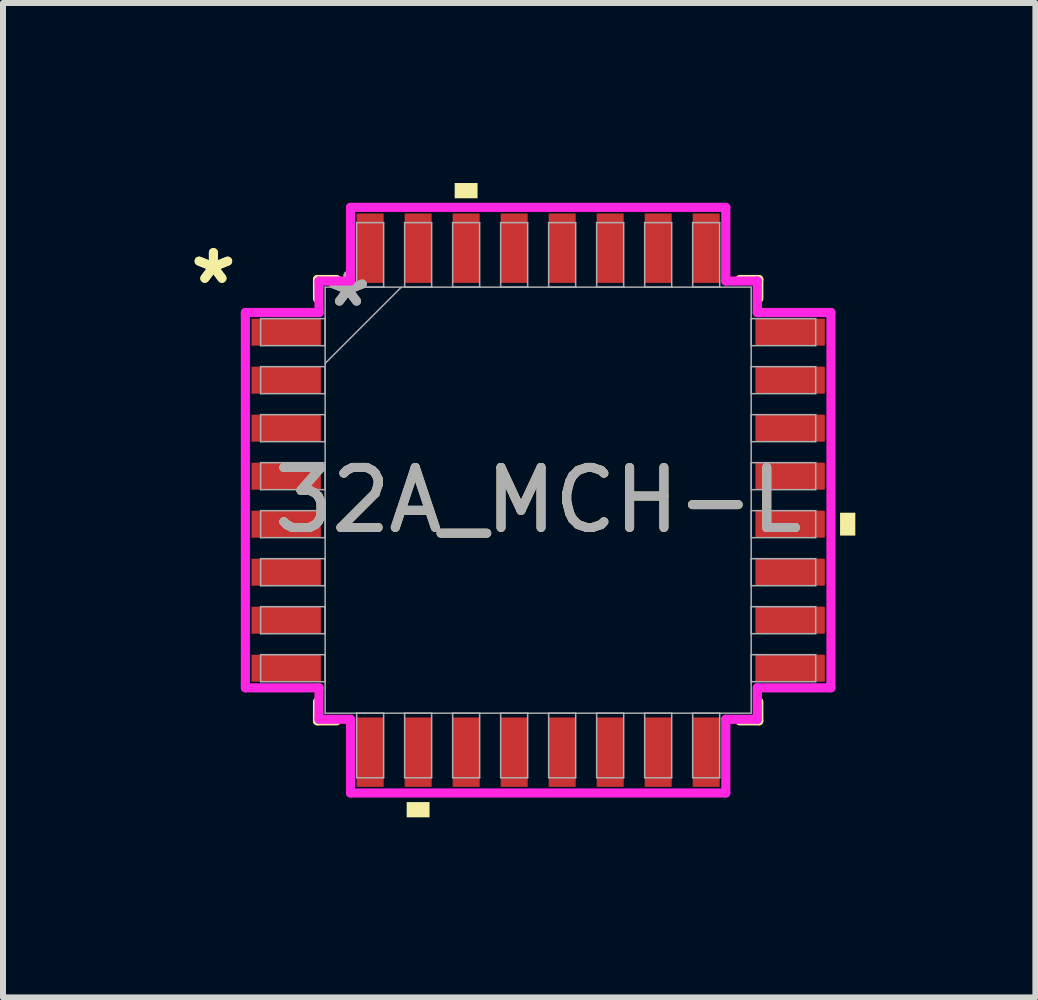
<source format=kicad_pcb>
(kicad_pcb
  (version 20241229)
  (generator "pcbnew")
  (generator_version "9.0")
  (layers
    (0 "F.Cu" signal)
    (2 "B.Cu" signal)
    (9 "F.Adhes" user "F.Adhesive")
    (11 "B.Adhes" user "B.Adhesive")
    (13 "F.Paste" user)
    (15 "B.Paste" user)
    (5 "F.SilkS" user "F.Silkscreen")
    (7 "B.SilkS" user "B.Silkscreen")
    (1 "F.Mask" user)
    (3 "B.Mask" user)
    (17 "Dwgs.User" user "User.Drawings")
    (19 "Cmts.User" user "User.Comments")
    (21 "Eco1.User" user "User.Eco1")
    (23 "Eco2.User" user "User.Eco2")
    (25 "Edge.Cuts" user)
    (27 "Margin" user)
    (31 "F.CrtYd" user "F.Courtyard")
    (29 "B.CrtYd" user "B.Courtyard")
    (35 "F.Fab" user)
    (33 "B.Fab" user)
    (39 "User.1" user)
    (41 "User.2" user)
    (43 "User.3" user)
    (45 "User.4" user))
  (footprint "32A_MCH-L"
    (layer "F.Cu")
    (at 5.918 5.285)
    (property "Reference" "32A_MCH-L" (at 0 0 0) (unlocked yes) (layer "F.SilkS") (effects (font (size 1 1) (thickness 0.15))))
    (attr smd)
    (fp_line (start -3.677 -3.677) (end -3.677 -3.358) (stroke (width 0.152) (type solid)) (layer "F.SilkS"))
    (fp_line (start -3.677 3.358) (end -3.677 3.677) (stroke (width 0.152) (type solid)) (layer "F.SilkS"))
    (fp_line (start -3.677 3.677) (end -3.358 3.677) (stroke (width 0.152) (type solid)) (layer "F.SilkS"))
    (fp_line (start -3.358 -3.677) (end -3.677 -3.677) (stroke (width 0.152) (type solid)) (layer "F.SilkS"))
    (fp_line (start 3.358 3.677) (end 3.677 3.677) (stroke (width 0.152) (type solid)) (layer "F.SilkS"))
    (fp_line (start 3.677 -3.677) (end 3.358 -3.677) (stroke (width 0.152) (type solid)) (layer "F.SilkS"))
    (fp_line (start 3.677 -3.358) (end 3.677 -3.677) (stroke (width 0.152) (type solid)) (layer "F.SilkS"))
    (fp_line (start 3.677 3.677) (end 3.677 3.358) (stroke (width 0.152) (type solid)) (layer "F.SilkS"))
    (fp_poly (pts (xy -2.191 5.031) (xy -2.191 5.285) (xy -1.81 5.285) (xy -1.81 5.031)) (stroke (width 0) (type solid)) (fill yes) (layer "F.SilkS"))
    (fp_poly (pts (xy -1.391 -5.031) (xy -1.391 -5.285) (xy -1.01 -5.285) (xy -1.01 -5.031)) (stroke (width 0) (type solid)) (fill yes) (layer "F.SilkS"))
    (fp_poly (pts (xy 5.285 0.209) (xy 5.285 0.59) (xy 5.031 0.59) (xy 5.031 0.209)) (stroke (width 0) (type solid)) (fill yes) (layer "F.SilkS"))
    (fp_line (start -4.879 -3.127) (end -3.652 -3.127) (stroke (width 0.152) (type solid)) (layer "F.CrtYd"))
    (fp_line (start -4.879 3.127) (end -4.879 -3.127) (stroke (width 0.152) (type solid)) (layer "F.CrtYd"))
    (fp_line (start -3.652 -3.652) (end -3.127 -3.652) (stroke (width 0.152) (type solid)) (layer "F.CrtYd"))
    (fp_line (start -3.652 -3.127) (end -3.652 -3.652) (stroke (width 0.152) (type solid)) (layer "F.CrtYd"))
    (fp_line (start -3.652 3.127) (end -4.879 3.127) (stroke (width 0.152) (type solid)) (layer "F.CrtYd"))
    (fp_line (start -3.652 3.652) (end -3.652 3.127) (stroke (width 0.152) (type solid)) (layer "F.CrtYd"))
    (fp_line (start -3.652 3.652) (end -3.127 3.652) (stroke (width 0.152) (type solid)) (layer "F.CrtYd"))
    (fp_line (start -3.127 -4.879) (end 3.127 -4.879) (stroke (width 0.152) (type solid)) (layer "F.CrtYd"))
    (fp_line (start -3.127 -3.652) (end -3.127 -4.879) (stroke (width 0.152) (type solid)) (layer "F.CrtYd"))
    (fp_line (start -3.127 3.652) (end -3.127 4.879) (stroke (width 0.152) (type solid)) (layer "F.CrtYd"))
    (fp_line (start -3.127 4.879) (end 3.127 4.879) (stroke (width 0.152) (type solid)) (layer "F.CrtYd"))
    (fp_line (start 3.127 -4.879) (end 3.127 -3.652) (stroke (width 0.152) (type solid)) (layer "F.CrtYd"))
    (fp_line (start 3.127 -3.652) (end 3.652 -3.652) (stroke (width 0.152) (type solid)) (layer "F.CrtYd"))
    (fp_line (start 3.127 3.652) (end 3.652 3.652) (stroke (width 0.152) (type solid)) (layer "F.CrtYd"))
    (fp_line (start 3.127 4.879) (end 3.127 3.652) (stroke (width 0.152) (type solid)) (layer "F.CrtYd"))
    (fp_line (start 3.652 -3.127) (end 3.652 -3.652) (stroke (width 0.152) (type solid)) (layer "F.CrtYd"))
    (fp_line (start 3.652 3.127) (end 4.879 3.127) (stroke (width 0.152) (type solid)) (layer "F.CrtYd"))
    (fp_line (start 3.652 3.652) (end 3.652 3.127) (stroke (width 0.152) (type solid)) (layer "F.CrtYd"))
    (fp_line (start 4.879 -3.127) (end 3.652 -3.127) (stroke (width 0.152) (type solid)) (layer "F.CrtYd"))
    (fp_line (start 4.879 3.127) (end 4.879 -3.127) (stroke (width 0.152) (type solid)) (layer "F.CrtYd"))
    (fp_line (start -4.625 -3.025) (end -4.625 -2.575) (stroke (width 0.025) (type solid)) (layer "F.Fab"))
    (fp_line (start -4.625 -2.575) (end -3.55 -2.575) (stroke (width 0.025) (type solid)) (layer "F.Fab"))
    (fp_line (start -4.625 -2.225) (end -4.625 -1.775) (stroke (width 0.025) (type solid)) (layer "F.Fab"))
    (fp_line (start -4.625 -1.775) (end -3.55 -1.775) (stroke (width 0.025) (type solid)) (layer "F.Fab"))
    (fp_line (start -4.625 -1.425) (end -4.625 -0.975) (stroke (width 0.025) (type solid)) (layer "F.Fab"))
    (fp_line (start -4.625 -0.975) (end -3.55 -0.975) (stroke (width 0.025) (type solid)) (layer "F.Fab"))
    (fp_line (start -4.625 -0.625) (end -4.625 -0.175) (stroke (width 0.025) (type solid)) (layer "F.Fab"))
    (fp_line (start -4.625 -0.175) (end -3.55 -0.175) (stroke (width 0.025) (type solid)) (layer "F.Fab"))
    (fp_line (start -4.625 0.175) (end -4.625 0.625) (stroke (width 0.025) (type solid)) (layer "F.Fab"))
    (fp_line (start -4.625 0.625) (end -3.55 0.625) (stroke (width 0.025) (type solid)) (layer "F.Fab"))
    (fp_line (start -4.625 0.975) (end -4.625 1.425) (stroke (width 0.025) (type solid)) (layer "F.Fab"))
    (fp_line (start -4.625 1.425) (end -3.55 1.425) (stroke (width 0.025) (type solid)) (layer "F.Fab"))
    (fp_line (start -4.625 1.775) (end -4.625 2.225) (stroke (width 0.025) (type solid)) (layer "F.Fab"))
    (fp_line (start -4.625 2.225) (end -3.55 2.225) (stroke (width 0.025) (type solid)) (layer "F.Fab"))
    (fp_line (start -4.625 2.575) (end -4.625 3.025) (stroke (width 0.025) (type solid)) (layer "F.Fab"))
    (fp_line (start -4.625 3.025) (end -3.55 3.025) (stroke (width 0.025) (type solid)) (layer "F.Fab"))
    (fp_line (start -3.55 -3.55) (end -3.55 3.55) (stroke (width 0.025) (type solid)) (layer "F.Fab"))
    (fp_line (start -3.55 -3.025) (end -4.625 -3.025) (stroke (width 0.025) (type solid)) (layer "F.Fab"))
    (fp_line (start -3.55 -2.575) (end -3.55 -3.025) (stroke (width 0.025) (type solid)) (layer "F.Fab"))
    (fp_line (start -3.55 -2.28) (end -2.28 -3.55) (stroke (width 0.025) (type solid)) (layer "F.Fab"))
    (fp_line (start -3.55 -2.225) (end -4.625 -2.225) (stroke (width 0.025) (type solid)) (layer "F.Fab"))
    (fp_line (start -3.55 -1.775) (end -3.55 -2.225) (stroke (width 0.025) (type solid)) (layer "F.Fab"))
    (fp_line (start -3.55 -1.425) (end -4.625 -1.425) (stroke (width 0.025) (type solid)) (layer "F.Fab"))
    (fp_line (start -3.55 -0.975) (end -3.55 -1.425) (stroke (width 0.025) (type solid)) (layer "F.Fab"))
    (fp_line (start -3.55 -0.625) (end -4.625 -0.625) (stroke (width 0.025) (type solid)) (layer "F.Fab"))
    (fp_line (start -3.55 -0.175) (end -3.55 -0.625) (stroke (width 0.025) (type solid)) (layer "F.Fab"))
    (fp_line (start -3.55 0.175) (end -4.625 0.175) (stroke (width 0.025) (type solid)) (layer "F.Fab"))
    (fp_line (start -3.55 0.625) (end -3.55 0.175) (stroke (width 0.025) (type solid)) (layer "F.Fab"))
    (fp_line (start -3.55 0.975) (end -4.625 0.975) (stroke (width 0.025) (type solid)) (layer "F.Fab"))
    (fp_line (start -3.55 1.425) (end -3.55 0.975) (stroke (width 0.025) (type solid)) (layer "F.Fab"))
    (fp_line (start -3.55 1.775) (end -4.625 1.775) (stroke (width 0.025) (type solid)) (layer "F.Fab"))
    (fp_line (start -3.55 2.225) (end -3.55 1.775) (stroke (width 0.025) (type solid)) (layer "F.Fab"))
    (fp_line (start -3.55 2.575) (end -4.625 2.575) (stroke (width 0.025) (type solid)) (layer "F.Fab"))
    (fp_line (start -3.55 3.025) (end -3.55 2.575) (stroke (width 0.025) (type solid)) (layer "F.Fab"))
    (fp_line (start -3.55 3.55) (end 3.55 3.55) (stroke (width 0.025) (type solid)) (layer "F.Fab"))
    (fp_line (start -3.025 -4.625) (end -3.025 -3.55) (stroke (width 0.025) (type solid)) (layer "F.Fab"))
    (fp_line (start -3.025 -3.55) (end -2.575 -3.55) (stroke (width 0.025) (type solid)) (layer "F.Fab"))
    (fp_line (start -3.025 3.55) (end -3.025 4.625) (stroke (width 0.025) (type solid)) (layer "F.Fab"))
    (fp_line (start -3.025 4.625) (end -2.575 4.625) (stroke (width 0.025) (type solid)) (layer "F.Fab"))
    (fp_line (start -2.575 3.55) (end -3.025 3.55) (stroke (width 0.025) (type solid)) (layer "F.Fab"))
    (fp_line (start -2.575 4.625) (end -2.575 3.55) (stroke (width 0.025) (type solid)) (layer "F.Fab"))
    (fp_line (start -2.575 -4.625) (end -3.025 -4.625) (stroke (width 0.025) (type solid)) (layer "F.Fab"))
    (fp_line (start -2.575 -3.55) (end -2.575 -4.625) (stroke (width 0.025) (type solid)) (layer "F.Fab"))
    (fp_line (start -2.225 -4.625) (end -2.225 -3.55) (stroke (width 0.025) (type solid)) (layer "F.Fab"))
    (fp_line (start -2.225 -3.55) (end -1.775 -3.55) (stroke (width 0.025) (type solid)) (layer "F.Fab"))
    (fp_line (start -2.225 3.55) (end -2.225 4.625) (stroke (width 0.025) (type solid)) (layer "F.Fab"))
    (fp_line (start -2.225 4.625) (end -1.775 4.625) (stroke (width 0.025) (type solid)) (layer "F.Fab"))
    (fp_line (start -1.775 -4.625) (end -2.225 -4.625) (stroke (width 0.025) (type solid)) (layer "F.Fab"))
    (fp_line (start -1.775 -3.55) (end -1.775 -4.625) (stroke (width 0.025) (type solid)) (layer "F.Fab"))
    (fp_line (start -1.775 3.55) (end -2.225 3.55) (stroke (width 0.025) (type solid)) (layer "F.Fab"))
    (fp_line (start -1.775 4.625) (end -1.775 3.55) (stroke (width 0.025) (type solid)) (layer "F.Fab"))
    (fp_line (start -1.425 -4.625) (end -1.425 -3.55) (stroke (width 0.025) (type solid)) (layer "F.Fab"))
    (fp_line (start -1.425 -3.55) (end -0.975 -3.55) (stroke (width 0.025) (type solid)) (layer "F.Fab"))
    (fp_line (start -1.425 3.55) (end -1.425 4.625) (stroke (width 0.025) (type solid)) (layer "F.Fab"))
    (fp_line (start -1.425 4.625) (end -0.975 4.625) (stroke (width 0.025) (type solid)) (layer "F.Fab"))
    (fp_line (start -0.975 -4.625) (end -1.425 -4.625) (stroke (width 0.025) (type solid)) (layer "F.Fab"))
    (fp_line (start -0.975 -3.55) (end -0.975 -4.625) (stroke (width 0.025) (type solid)) (layer "F.Fab"))
    (fp_line (start -0.975 3.55) (end -1.425 3.55) (stroke (width 0.025) (type solid)) (layer "F.Fab"))
    (fp_line (start -0.975 4.625) (end -0.975 3.55) (stroke (width 0.025) (type solid)) (layer "F.Fab"))
    (fp_line (start -0.625 -4.625) (end -0.625 -3.55) (stroke (width 0.025) (type solid)) (layer "F.Fab"))
    (fp_line (start -0.625 -3.55) (end -0.175 -3.55) (stroke (width 0.025) (type solid)) (layer "F.Fab"))
    (fp_line (start -0.625 3.55) (end -0.625 4.625) (stroke (width 0.025) (type solid)) (layer "F.Fab"))
    (fp_line (start -0.625 4.625) (end -0.175 4.625) (stroke (width 0.025) (type solid)) (layer "F.Fab"))
    (fp_line (start -0.175 -4.625) (end -0.625 -4.625) (stroke (width 0.025) (type solid)) (layer "F.Fab"))
    (fp_line (start -0.175 -3.55) (end -0.175 -4.625) (stroke (width 0.025) (type solid)) (layer "F.Fab"))
    (fp_line (start -0.175 3.55) (end -0.625 3.55) (stroke (width 0.025) (type solid)) (layer "F.Fab"))
    (fp_line (start -0.175 4.625) (end -0.175 3.55) (stroke (width 0.025) (type solid)) (layer "F.Fab"))
    (fp_line (start 0.175 -4.625) (end 0.175 -3.55) (stroke (width 0.025) (type solid)) (layer "F.Fab"))
    (fp_line (start 0.175 -3.55) (end 0.625 -3.55) (stroke (width 0.025) (type solid)) (layer "F.Fab"))
    (fp_line (start 0.175 3.55) (end 0.175 4.625) (stroke (width 0.025) (type solid)) (layer "F.Fab"))
    (fp_line (start 0.175 4.625) (end 0.625 4.625) (stroke (width 0.025) (type solid)) (layer "F.Fab"))
    (fp_line (start 0.625 -4.625) (end 0.175 -4.625) (stroke (width 0.025) (type solid)) (layer "F.Fab"))
    (fp_line (start 0.625 -3.55) (end 0.625 -4.625) (stroke (width 0.025) (type solid)) (layer "F.Fab"))
    (fp_line (start 0.625 3.55) (end 0.175 3.55) (stroke (width 0.025) (type solid)) (layer "F.Fab"))
    (fp_line (start 0.625 4.625) (end 0.625 3.55) (stroke (width 0.025) (type solid)) (layer "F.Fab"))
    (fp_line (start 0.975 -4.625) (end 0.975 -3.55) (stroke (width 0.025) (type solid)) (layer "F.Fab"))
    (fp_line (start 0.975 -3.55) (end 1.425 -3.55) (stroke (width 0.025) (type solid)) (layer "F.Fab"))
    (fp_line (start 0.975 3.55) (end 0.975 4.625) (stroke (width 0.025) (type solid)) (layer "F.Fab"))
    (fp_line (start 0.975 4.625) (end 1.425 4.625) (stroke (width 0.025) (type solid)) (layer "F.Fab"))
    (fp_line (start 1.425 -4.625) (end 0.975 -4.625) (stroke (width 0.025) (type solid)) (layer "F.Fab"))
    (fp_line (start 1.425 -3.55) (end 1.425 -4.625) (stroke (width 0.025) (type solid)) (layer "F.Fab"))
    (fp_line (start 1.425 3.55) (end 0.975 3.55) (stroke (width 0.025) (type solid)) (layer "F.Fab"))
    (fp_line (start 1.425 4.625) (end 1.425 3.55) (stroke (width 0.025) (type solid)) (layer "F.Fab"))
    (fp_line (start 1.775 -4.625) (end 1.775 -3.55) (stroke (width 0.025) (type solid)) (layer "F.Fab"))
    (fp_line (start 1.775 -3.55) (end 2.225 -3.55) (stroke (width 0.025) (type solid)) (layer "F.Fab"))
    (fp_line (start 1.775 3.55) (end 1.775 4.625) (stroke (width 0.025) (type solid)) (layer "F.Fab"))
    (fp_line (start 1.775 4.625) (end 2.225 4.625) (stroke (width 0.025) (type solid)) (layer "F.Fab"))
    (fp_line (start 2.225 -4.625) (end 1.775 -4.625) (stroke (width 0.025) (type solid)) (layer "F.Fab"))
    (fp_line (start 2.225 -3.55) (end 2.225 -4.625) (stroke (width 0.025) (type solid)) (layer "F.Fab"))
    (fp_line (start 2.225 3.55) (end 1.775 3.55) (stroke (width 0.025) (type solid)) (layer "F.Fab"))
    (fp_line (start 2.225 4.625) (end 2.225 3.55) (stroke (width 0.025) (type solid)) (layer "F.Fab"))
    (fp_line (start 2.575 3.55) (end 2.575 4.625) (stroke (width 0.025) (type solid)) (layer "F.Fab"))
    (fp_line (start 2.575 4.625) (end 3.025 4.625) (stroke (width 0.025) (type solid)) (layer "F.Fab"))
    (fp_line (start 2.575 -4.625) (end 2.575 -3.55) (stroke (width 0.025) (type solid)) (layer "F.Fab"))
    (fp_line (start 2.575 -3.55) (end 3.025 -3.55) (stroke (width 0.025) (type solid)) (layer "F.Fab"))
    (fp_line (start 3.025 -4.625) (end 2.575 -4.625) (stroke (width 0.025) (type solid)) (layer "F.Fab"))
    (fp_line (start 3.025 -3.55) (end 3.025 -4.625) (stroke (width 0.025) (type solid)) (layer "F.Fab"))
    (fp_line (start 3.025 3.55) (end 2.575 3.55) (stroke (width 0.025) (type solid)) (layer "F.Fab"))
    (fp_line (start 3.025 4.625) (end 3.025 3.55) (stroke (width 0.025) (type solid)) (layer "F.Fab"))
    (fp_line (start 3.55 -3.55) (end -3.55 -3.55) (stroke (width 0.025) (type solid)) (layer "F.Fab"))
    (fp_line (start 3.55 -3.025) (end 3.55 -2.575) (stroke (width 0.025) (type solid)) (layer "F.Fab"))
    (fp_line (start 3.55 -2.575) (end 4.625 -2.575) (stroke (width 0.025) (type solid)) (layer "F.Fab"))
    (fp_line (start 3.55 -2.225) (end 3.55 -1.775) (stroke (width 0.025) (type solid)) (layer "F.Fab"))
    (fp_line (start 3.55 -1.775) (end 4.625 -1.775) (stroke (width 0.025) (type solid)) (layer "F.Fab"))
    (fp_line (start 3.55 -1.425) (end 3.55 -0.975) (stroke (width 0.025) (type solid)) (layer "F.Fab"))
    (fp_line (start 3.55 -0.975) (end 4.625 -0.975) (stroke (width 0.025) (type solid)) (layer "F.Fab"))
    (fp_line (start 3.55 -0.625) (end 3.55 -0.175) (stroke (width 0.025) (type solid)) (layer "F.Fab"))
    (fp_line (start 3.55 -0.175) (end 4.625 -0.175) (stroke (width 0.025) (type solid)) (layer "F.Fab"))
    (fp_line (start 3.55 0.175) (end 3.55 0.625) (stroke (width 0.025) (type solid)) (layer "F.Fab"))
    (fp_line (start 3.55 0.625) (end 4.625 0.625) (stroke (width 0.025) (type solid)) (layer "F.Fab"))
    (fp_line (start 3.55 0.975) (end 3.55 1.425) (stroke (width 0.025) (type solid)) (layer "F.Fab"))
    (fp_line (start 3.55 1.425) (end 4.625 1.425) (stroke (width 0.025) (type solid)) (layer "F.Fab"))
    (fp_line (start 3.55 1.775) (end 3.55 2.225) (stroke (width 0.025) (type solid)) (layer "F.Fab"))
    (fp_line (start 3.55 2.225) (end 4.625 2.225) (stroke (width 0.025) (type solid)) (layer "F.Fab"))
    (fp_line (start 3.55 2.575) (end 3.55 3.025) (stroke (width 0.025) (type solid)) (layer "F.Fab"))
    (fp_line (start 3.55 3.025) (end 4.625 3.025) (stroke (width 0.025) (type solid)) (layer "F.Fab"))
    (fp_line (start 3.55 3.55) (end 3.55 -3.55) (stroke (width 0.025) (type solid)) (layer "F.Fab"))
    (fp_line (start 4.625 -3.025) (end 3.55 -3.025) (stroke (width 0.025) (type solid)) (layer "F.Fab"))
    (fp_line (start 4.625 -2.575) (end 4.625 -3.025) (stroke (width 0.025) (type solid)) (layer "F.Fab"))
    (fp_line (start 4.625 -2.225) (end 3.55 -2.225) (stroke (width 0.025) (type solid)) (layer "F.Fab"))
    (fp_line (start 4.625 -1.775) (end 4.625 -2.225) (stroke (width 0.025) (type solid)) (layer "F.Fab"))
    (fp_line (start 4.625 -1.425) (end 3.55 -1.425) (stroke (width 0.025) (type solid)) (layer "F.Fab"))
    (fp_line (start 4.625 -0.975) (end 4.625 -1.425) (stroke (width 0.025) (type solid)) (layer "F.Fab"))
    (fp_line (start 4.625 -0.625) (end 3.55 -0.625) (stroke (width 0.025) (type solid)) (layer "F.Fab"))
    (fp_line (start 4.625 -0.175) (end 4.625 -0.625) (stroke (width 0.025) (type solid)) (layer "F.Fab"))
    (fp_line (start 4.625 0.175) (end 3.55 0.175) (stroke (width 0.025) (type solid)) (layer "F.Fab"))
    (fp_line (start 4.625 0.625) (end 4.625 0.175) (stroke (width 0.025) (type solid)) (layer "F.Fab"))
    (fp_line (start 4.625 0.975) (end 3.55 0.975) (stroke (width 0.025) (type solid)) (layer "F.Fab"))
    (fp_line (start 4.625 1.425) (end 4.625 0.975) (stroke (width 0.025) (type solid)) (layer "F.Fab"))
    (fp_line (start 4.625 1.775) (end 3.55 1.775) (stroke (width 0.025) (type solid)) (layer "F.Fab"))
    (fp_line (start 4.625 2.225) (end 4.625 1.775) (stroke (width 0.025) (type solid)) (layer "F.Fab"))
    (fp_line (start 4.625 2.575) (end 3.55 2.575) (stroke (width 0.025) (type solid)) (layer "F.Fab"))
    (fp_line (start 4.625 3.025) (end 4.625 2.575) (stroke (width 0.025) (type solid)) (layer "F.Fab"))
    (fp_text user "*" (at -5.412 -3.581 0) (unlocked yes) (layer "F.SilkS") (effects (font (size 1 1) (thickness 0.15))))
    (fp_text user "*" (at -5.412 -3.581 0) (layer "F.SilkS") (effects (font (size 1 1) (thickness 0.15))))
    (fp_text user "*" (at -3.169 -3.2 0) (layer "F.Fab") (effects (font (size 1 1) (thickness 0.15))))
    (fp_text user "*" (at -3.169 -3.2 0) (unlocked yes) (layer "F.Fab") (effects (font (size 1 1) (thickness 0.15))))
    (fp_text user "${REFERENCE}" (at 0 0 0) (unlocked yes) (layer "F.Fab") (effects (font (size 1 1) (thickness 0.15))))
    (pad "1" smd rect (at -4.199 -2.8 90) (size 0.45 1.156) (layers "F.Cu" "F.Mask" "F.Paste"))
    (pad "2" smd rect (at -4.199 -2 90) (size 0.45 1.156) (layers "F.Cu" "F.Mask" "F.Paste"))
    (pad "3" smd rect (at -4.199 -1.2 90) (size 0.45 1.156) (layers "F.Cu" "F.Mask" "F.Paste"))
    (pad "4" smd rect (at -4.199 -0.4 90) (size 0.45 1.156) (layers "F.Cu" "F.Mask" "F.Paste"))
    (pad "5" smd rect (at -4.199 0.4 90) (size 0.45 1.156) (layers "F.Cu" "F.Mask" "F.Paste"))
    (pad "6" smd rect (at -4.199 1.2 90) (size 0.45 1.156) (layers "F.Cu" "F.Mask" "F.Paste"))
    (pad "7" smd rect (at -4.199 2 90) (size 0.45 1.156) (layers "F.Cu" "F.Mask" "F.Paste"))
    (pad "8" smd rect (at -4.199 2.8 90) (size 0.45 1.156) (layers "F.Cu" "F.Mask" "F.Paste"))
    (pad "9" smd rect (at -2.8 4.199) (size 0.45 1.156) (layers "F.Cu" "F.Mask" "F.Paste"))
    (pad "10" smd rect (at -2 4.199) (size 0.45 1.156) (layers "F.Cu" "F.Mask" "F.Paste"))
    (pad "11" smd rect (at -1.2 4.199) (size 0.45 1.156) (layers "F.Cu" "F.Mask" "F.Paste"))
    (pad "12" smd rect (at -0.4 4.199) (size 0.45 1.156) (layers "F.Cu" "F.Mask" "F.Paste"))
    (pad "13" smd rect (at 0.4 4.199) (size 0.45 1.156) (layers "F.Cu" "F.Mask" "F.Paste"))
    (pad "14" smd rect (at 1.2 4.199) (size 0.45 1.156) (layers "F.Cu" "F.Mask" "F.Paste"))
    (pad "15" smd rect (at 2 4.199) (size 0.45 1.156) (layers "F.Cu" "F.Mask" "F.Paste"))
    (pad "16" smd rect (at 2.8 4.199) (size 0.45 1.156) (layers "F.Cu" "F.Mask" "F.Paste"))
    (pad "17" smd rect (at 4.199 2.8 90) (size 0.45 1.156) (layers "F.Cu" "F.Mask" "F.Paste"))
    (pad "18" smd rect (at 4.199 2 90) (size 0.45 1.156) (layers "F.Cu" "F.Mask" "F.Paste"))
    (pad "19" smd rect (at 4.199 1.2 90) (size 0.45 1.156) (layers "F.Cu" "F.Mask" "F.Paste"))
    (pad "20" smd rect (at 4.199 0.4 90) (size 0.45 1.156) (layers "F.Cu" "F.Mask" "F.Paste"))
    (pad "21" smd rect (at 4.199 -0.4 90) (size 0.45 1.156) (layers "F.Cu" "F.Mask" "F.Paste"))
    (pad "22" smd rect (at 4.199 -1.2 90) (size 0.45 1.156) (layers "F.Cu" "F.Mask" "F.Paste"))
    (pad "23" smd rect (at 4.199 -2 90) (size 0.45 1.156) (layers "F.Cu" "F.Mask" "F.Paste"))
    (pad "24" smd rect (at 4.199 -2.8 90) (size 0.45 1.156) (layers "F.Cu" "F.Mask" "F.Paste"))
    (pad "25" smd rect (at 2.8 -4.199) (size 0.45 1.156) (layers "F.Cu" "F.Mask" "F.Paste"))
    (pad "26" smd rect (at 2 -4.199) (size 0.45 1.156) (layers "F.Cu" "F.Mask" "F.Paste"))
    (pad "27" smd rect (at 1.2 -4.199) (size 0.45 1.156) (layers "F.Cu" "F.Mask" "F.Paste"))
    (pad "28" smd rect (at 0.4 -4.199) (size 0.45 1.156) (layers "F.Cu" "F.Mask" "F.Paste"))
    (pad "29" smd rect (at -0.4 -4.199) (size 0.45 1.156) (layers "F.Cu" "F.Mask" "F.Paste"))
    (pad "30" smd rect (at -1.2 -4.199) (size 0.45 1.156) (layers "F.Cu" "F.Mask" "F.Paste"))
    (pad "31" smd rect (at -2 -4.199) (size 0.45 1.156) (layers "F.Cu" "F.Mask" "F.Paste"))
    (pad "32" smd rect (at -2.8 -4.199) (size 0.45 1.156) (layers "F.Cu" "F.Mask" "F.Paste")))
  (gr_rect
    (start -3 -3)
    (end 14.204 13.571)
    (stroke (width 0.1) (type default))
    (fill no)
    (layer "Edge.Cuts")))
</source>
